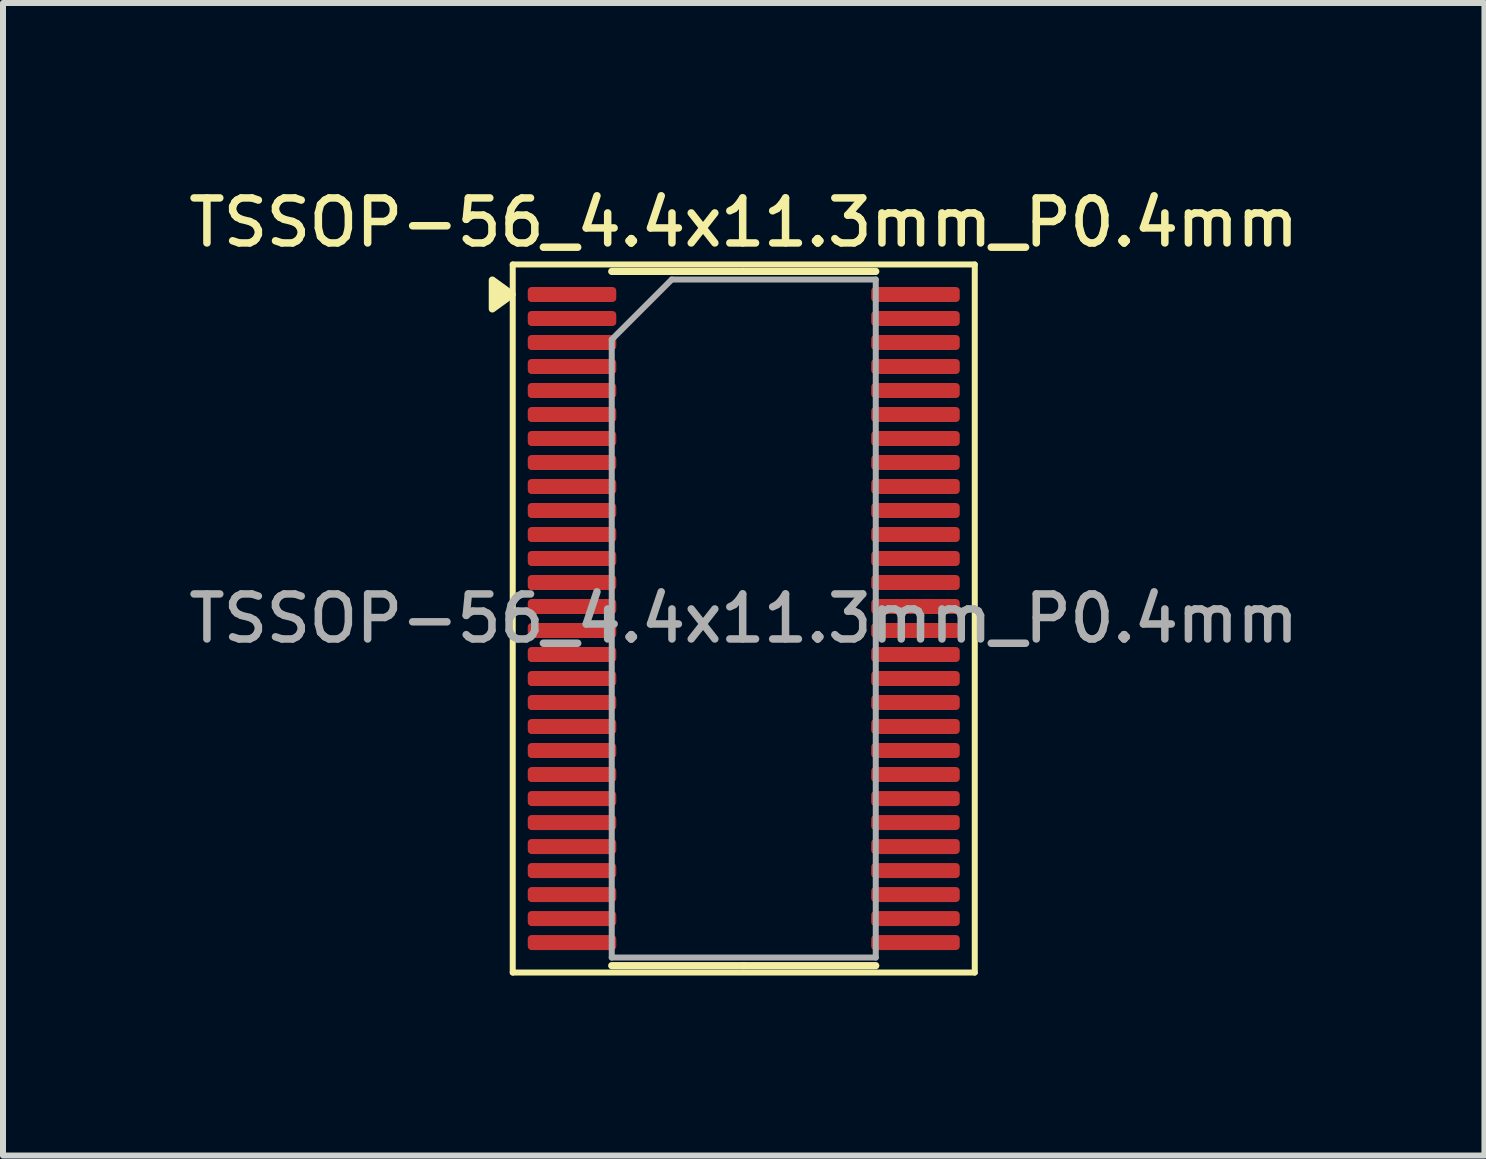
<source format=kicad_pcb>
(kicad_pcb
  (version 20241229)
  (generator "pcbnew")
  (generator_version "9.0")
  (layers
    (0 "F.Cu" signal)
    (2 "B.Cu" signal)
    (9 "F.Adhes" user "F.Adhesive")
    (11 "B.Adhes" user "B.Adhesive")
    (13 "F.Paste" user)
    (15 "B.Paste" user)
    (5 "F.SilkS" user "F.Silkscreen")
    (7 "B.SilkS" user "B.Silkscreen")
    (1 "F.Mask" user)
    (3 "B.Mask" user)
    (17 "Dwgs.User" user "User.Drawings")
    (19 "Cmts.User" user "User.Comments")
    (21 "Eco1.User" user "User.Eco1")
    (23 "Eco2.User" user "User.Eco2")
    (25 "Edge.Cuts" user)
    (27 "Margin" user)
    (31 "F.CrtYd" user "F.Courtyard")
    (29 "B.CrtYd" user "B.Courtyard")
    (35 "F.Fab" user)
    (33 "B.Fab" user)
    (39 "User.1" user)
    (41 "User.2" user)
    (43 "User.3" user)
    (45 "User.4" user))
  (footprint "TSSOP-56_4.4x11.3mm_P0.4mm"
    (layer "F.Cu")
    (at 9.345 7.258)
    (property "Reference" "TSSOP-56_4.4x11.3mm_P0.4mm" (at 0 -6.6 0) (layer "F.SilkS") (effects (font (size 0.75 0.75) (thickness 0.125))))
    (attr smd)
    (fp_line (start -3.85 -5.9) (end -3.85 5.9) (stroke (width 0.1) (type solid)) (layer "F.SilkS"))
    (fp_line (start -3.85 5.9) (end 3.85 5.9) (stroke (width 0.1) (type solid)) (layer "F.SilkS"))
    (fp_line (start 0 -5.785) (end -2.2 -5.785) (stroke (width 0.12) (type solid)) (layer "F.SilkS"))
    (fp_line (start 0 -5.785) (end 2.2 -5.785) (stroke (width 0.12) (type solid)) (layer "F.SilkS"))
    (fp_line (start 0 5.785) (end -2.2 5.785) (stroke (width 0.12) (type solid)) (layer "F.SilkS"))
    (fp_line (start 0 5.785) (end 2.2 5.785) (stroke (width 0.12) (type solid)) (layer "F.SilkS"))
    (fp_line (start 3.85 -5.9) (end -3.85 -5.9) (stroke (width 0.1) (type solid)) (layer "F.SilkS"))
    (fp_line (start 3.85 5.9) (end 3.85 -5.9) (stroke (width 0.1) (type solid)) (layer "F.SilkS"))
    (fp_poly (pts (xy -3.86 -5.4) (xy -4.19 -5.64) (xy -4.19 -5.16) (xy -3.86 -5.4)) (stroke (width 0.12) (type solid)) (fill yes) (layer "F.SilkS"))
    (fp_line (start -2.2 -4.65) (end -1.2 -5.65) (stroke (width 0.1) (type solid)) (layer "F.Fab"))
    (fp_line (start -2.2 5.65) (end -2.2 -4.65) (stroke (width 0.1) (type solid)) (layer "F.Fab"))
    (fp_line (start -1.2 -5.65) (end 2.2 -5.65) (stroke (width 0.1) (type solid)) (layer "F.Fab"))
    (fp_line (start 2.2 -5.65) (end 2.2 5.65) (stroke (width 0.1) (type solid)) (layer "F.Fab"))
    (fp_line (start 2.2 5.65) (end -2.2 5.65) (stroke (width 0.1) (type solid)) (layer "F.Fab"))
    (fp_text user "${REFERENCE}" (at 0 0 0) (layer "F.Fab") (effects (font (size 0.75 0.75) (thickness 0.125))))
    (pad "1" smd roundrect (at -2.862 -5.4) (size 1.475 0.25) (layers "F.Cu" "F.Mask" "F.Paste") (roundrect_rratio 0.25))
    (pad "2" smd roundrect (at -2.862 -5) (size 1.475 0.25) (layers "F.Cu" "F.Mask" "F.Paste") (roundrect_rratio 0.25))
    (pad "3" smd roundrect (at -2.862 -4.6) (size 1.475 0.25) (layers "F.Cu" "F.Mask" "F.Paste") (roundrect_rratio 0.25))
    (pad "4" smd roundrect (at -2.862 -4.2) (size 1.475 0.25) (layers "F.Cu" "F.Mask" "F.Paste") (roundrect_rratio 0.25))
    (pad "5" smd roundrect (at -2.862 -3.8) (size 1.475 0.25) (layers "F.Cu" "F.Mask" "F.Paste") (roundrect_rratio 0.25))
    (pad "6" smd roundrect (at -2.862 -3.4) (size 1.475 0.25) (layers "F.Cu" "F.Mask" "F.Paste") (roundrect_rratio 0.25))
    (pad "7" smd roundrect (at -2.862 -3) (size 1.475 0.25) (layers "F.Cu" "F.Mask" "F.Paste") (roundrect_rratio 0.25))
    (pad "8" smd roundrect (at -2.862 -2.6) (size 1.475 0.25) (layers "F.Cu" "F.Mask" "F.Paste") (roundrect_rratio 0.25))
    (pad "9" smd roundrect (at -2.862 -2.2) (size 1.475 0.25) (layers "F.Cu" "F.Mask" "F.Paste") (roundrect_rratio 0.25))
    (pad "10" smd roundrect (at -2.862 -1.8) (size 1.475 0.25) (layers "F.Cu" "F.Mask" "F.Paste") (roundrect_rratio 0.25))
    (pad "11" smd roundrect (at -2.862 -1.4) (size 1.475 0.25) (layers "F.Cu" "F.Mask" "F.Paste") (roundrect_rratio 0.25))
    (pad "12" smd roundrect (at -2.862 -1) (size 1.475 0.25) (layers "F.Cu" "F.Mask" "F.Paste") (roundrect_rratio 0.25))
    (pad "13" smd roundrect (at -2.862 -0.6) (size 1.475 0.25) (layers "F.Cu" "F.Mask" "F.Paste") (roundrect_rratio 0.25))
    (pad "14" smd roundrect (at -2.862 -0.2) (size 1.475 0.25) (layers "F.Cu" "F.Mask" "F.Paste") (roundrect_rratio 0.25))
    (pad "15" smd roundrect (at -2.862 0.2) (size 1.475 0.25) (layers "F.Cu" "F.Mask" "F.Paste") (roundrect_rratio 0.25))
    (pad "16" smd roundrect (at -2.862 0.6) (size 1.475 0.25) (layers "F.Cu" "F.Mask" "F.Paste") (roundrect_rratio 0.25))
    (pad "17" smd roundrect (at -2.862 1) (size 1.475 0.25) (layers "F.Cu" "F.Mask" "F.Paste") (roundrect_rratio 0.25))
    (pad "18" smd roundrect (at -2.862 1.4) (size 1.475 0.25) (layers "F.Cu" "F.Mask" "F.Paste") (roundrect_rratio 0.25))
    (pad "19" smd roundrect (at -2.862 1.8) (size 1.475 0.25) (layers "F.Cu" "F.Mask" "F.Paste") (roundrect_rratio 0.25))
    (pad "20" smd roundrect (at -2.862 2.2) (size 1.475 0.25) (layers "F.Cu" "F.Mask" "F.Paste") (roundrect_rratio 0.25))
    (pad "21" smd roundrect (at -2.862 2.6) (size 1.475 0.25) (layers "F.Cu" "F.Mask" "F.Paste") (roundrect_rratio 0.25))
    (pad "22" smd roundrect (at -2.862 3) (size 1.475 0.25) (layers "F.Cu" "F.Mask" "F.Paste") (roundrect_rratio 0.25))
    (pad "23" smd roundrect (at -2.862 3.4) (size 1.475 0.25) (layers "F.Cu" "F.Mask" "F.Paste") (roundrect_rratio 0.25))
    (pad "24" smd roundrect (at -2.862 3.8) (size 1.475 0.25) (layers "F.Cu" "F.Mask" "F.Paste") (roundrect_rratio 0.25))
    (pad "25" smd roundrect (at -2.862 4.2) (size 1.475 0.25) (layers "F.Cu" "F.Mask" "F.Paste") (roundrect_rratio 0.25))
    (pad "26" smd roundrect (at -2.862 4.6) (size 1.475 0.25) (layers "F.Cu" "F.Mask" "F.Paste") (roundrect_rratio 0.25))
    (pad "27" smd roundrect (at -2.862 5) (size 1.475 0.25) (layers "F.Cu" "F.Mask" "F.Paste") (roundrect_rratio 0.25))
    (pad "28" smd roundrect (at -2.862 5.4) (size 1.475 0.25) (layers "F.Cu" "F.Mask" "F.Paste") (roundrect_rratio 0.25))
    (pad "29" smd roundrect (at 2.862 5.4) (size 1.475 0.25) (layers "F.Cu" "F.Mask" "F.Paste") (roundrect_rratio 0.25))
    (pad "30" smd roundrect (at 2.862 5) (size 1.475 0.25) (layers "F.Cu" "F.Mask" "F.Paste") (roundrect_rratio 0.25))
    (pad "31" smd roundrect (at 2.862 4.6) (size 1.475 0.25) (layers "F.Cu" "F.Mask" "F.Paste") (roundrect_rratio 0.25))
    (pad "32" smd roundrect (at 2.862 4.2) (size 1.475 0.25) (layers "F.Cu" "F.Mask" "F.Paste") (roundrect_rratio 0.25))
    (pad "33" smd roundrect (at 2.862 3.8) (size 1.475 0.25) (layers "F.Cu" "F.Mask" "F.Paste") (roundrect_rratio 0.25))
    (pad "34" smd roundrect (at 2.862 3.4) (size 1.475 0.25) (layers "F.Cu" "F.Mask" "F.Paste") (roundrect_rratio 0.25))
    (pad "35" smd roundrect (at 2.862 3) (size 1.475 0.25) (layers "F.Cu" "F.Mask" "F.Paste") (roundrect_rratio 0.25))
    (pad "36" smd roundrect (at 2.862 2.6) (size 1.475 0.25) (layers "F.Cu" "F.Mask" "F.Paste") (roundrect_rratio 0.25))
    (pad "37" smd roundrect (at 2.862 2.2) (size 1.475 0.25) (layers "F.Cu" "F.Mask" "F.Paste") (roundrect_rratio 0.25))
    (pad "38" smd roundrect (at 2.862 1.8) (size 1.475 0.25) (layers "F.Cu" "F.Mask" "F.Paste") (roundrect_rratio 0.25))
    (pad "39" smd roundrect (at 2.862 1.4) (size 1.475 0.25) (layers "F.Cu" "F.Mask" "F.Paste") (roundrect_rratio 0.25))
    (pad "40" smd roundrect (at 2.862 1) (size 1.475 0.25) (layers "F.Cu" "F.Mask" "F.Paste") (roundrect_rratio 0.25))
    (pad "41" smd roundrect (at 2.862 0.6) (size 1.475 0.25) (layers "F.Cu" "F.Mask" "F.Paste") (roundrect_rratio 0.25))
    (pad "42" smd roundrect (at 2.862 0.2) (size 1.475 0.25) (layers "F.Cu" "F.Mask" "F.Paste") (roundrect_rratio 0.25))
    (pad "43" smd roundrect (at 2.862 -0.2) (size 1.475 0.25) (layers "F.Cu" "F.Mask" "F.Paste") (roundrect_rratio 0.25))
    (pad "44" smd roundrect (at 2.862 -0.6) (size 1.475 0.25) (layers "F.Cu" "F.Mask" "F.Paste") (roundrect_rratio 0.25))
    (pad "45" smd roundrect (at 2.862 -1) (size 1.475 0.25) (layers "F.Cu" "F.Mask" "F.Paste") (roundrect_rratio 0.25))
    (pad "46" smd roundrect (at 2.862 -1.4) (size 1.475 0.25) (layers "F.Cu" "F.Mask" "F.Paste") (roundrect_rratio 0.25))
    (pad "47" smd roundrect (at 2.862 -1.8) (size 1.475 0.25) (layers "F.Cu" "F.Mask" "F.Paste") (roundrect_rratio 0.25))
    (pad "48" smd roundrect (at 2.862 -2.2) (size 1.475 0.25) (layers "F.Cu" "F.Mask" "F.Paste") (roundrect_rratio 0.25))
    (pad "49" smd roundrect (at 2.862 -2.6) (size 1.475 0.25) (layers "F.Cu" "F.Mask" "F.Paste") (roundrect_rratio 0.25))
    (pad "50" smd roundrect (at 2.862 -3) (size 1.475 0.25) (layers "F.Cu" "F.Mask" "F.Paste") (roundrect_rratio 0.25))
    (pad "51" smd roundrect (at 2.862 -3.4) (size 1.475 0.25) (layers "F.Cu" "F.Mask" "F.Paste") (roundrect_rratio 0.25))
    (pad "52" smd roundrect (at 2.862 -3.8) (size 1.475 0.25) (layers "F.Cu" "F.Mask" "F.Paste") (roundrect_rratio 0.25))
    (pad "53" smd roundrect (at 2.862 -4.2) (size 1.475 0.25) (layers "F.Cu" "F.Mask" "F.Paste") (roundrect_rratio 0.25))
    (pad "54" smd roundrect (at 2.862 -4.6) (size 1.475 0.25) (layers "F.Cu" "F.Mask" "F.Paste") (roundrect_rratio 0.25))
    (pad "55" smd roundrect (at 2.862 -5) (size 1.475 0.25) (layers "F.Cu" "F.Mask" "F.Paste") (roundrect_rratio 0.25))
    (pad "56" smd roundrect (at 2.862 -5.4) (size 1.475 0.25) (layers "F.Cu" "F.Mask" "F.Paste") (roundrect_rratio 0.25)))
  (gr_rect
    (start -3 -3)
    (end 21.689 16.208)
    (stroke (width 0.1) (type default))
    (fill no)
    (layer "Edge.Cuts")))
</source>
